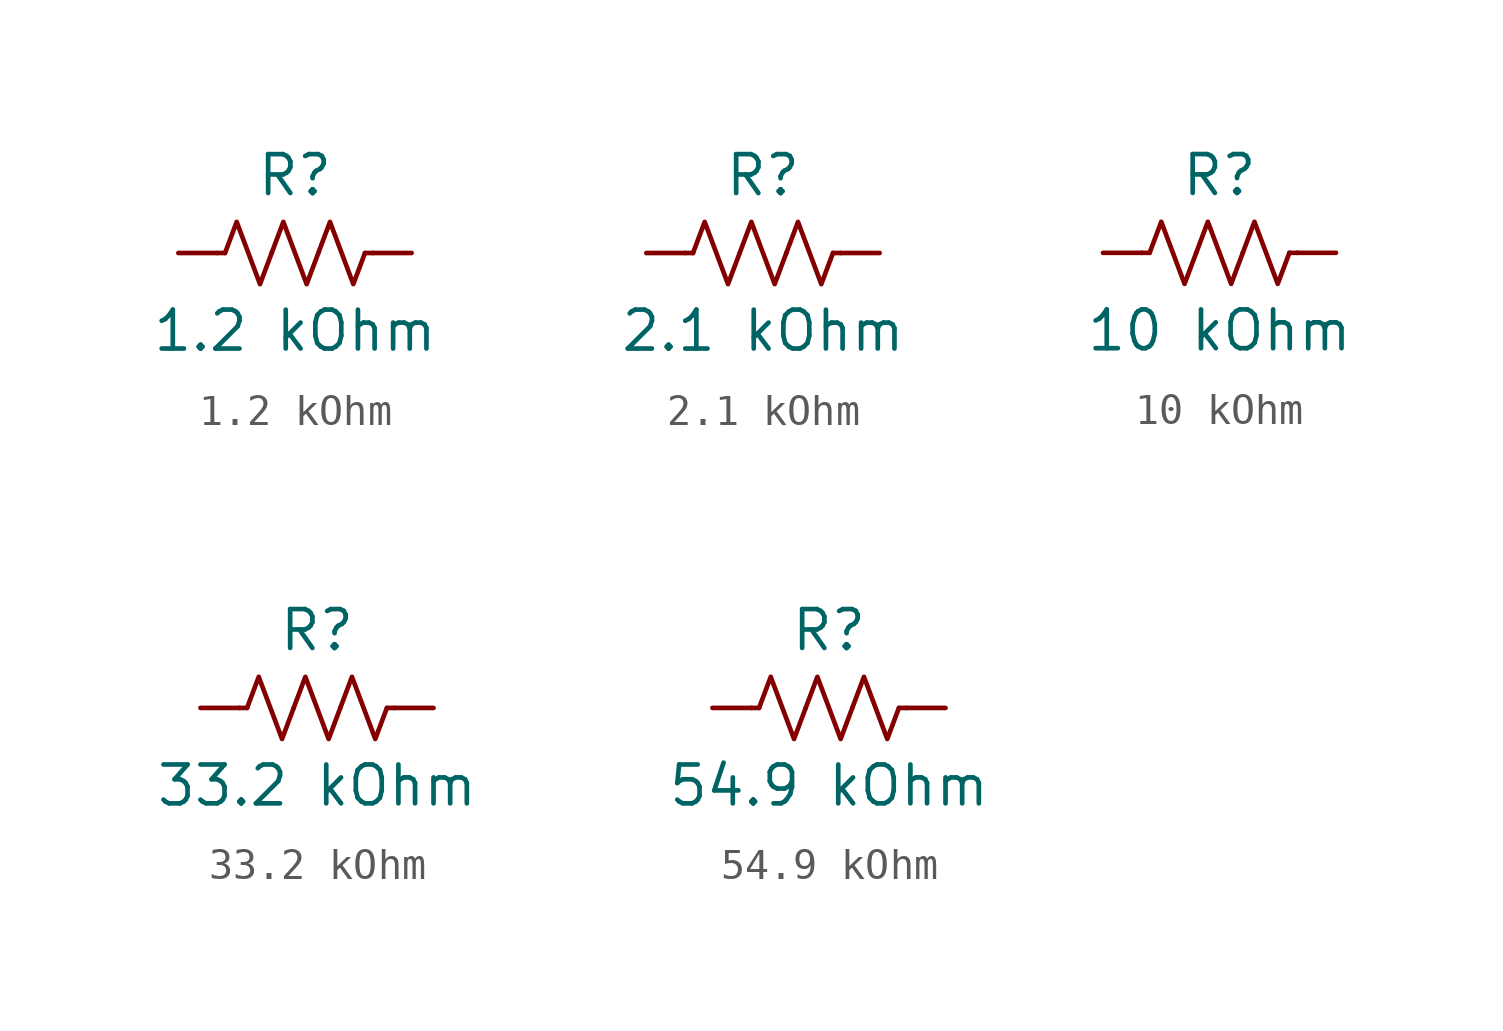
<source format=kicad_sym>
(kicad_symbol_lib
  (version 20241209)
  (generator "kicad_symbol_editor")
  (generator_version "9.0")
  (symbol "1.2 kOhm"
    (pin_numbers
      (hide yes))
    (pin_names
      (offset 0))
    (property "Reference" "R"
      (at 0 2.54 0)
      (effects (font (size 1.27 1.27))))
    (property "Value" "1.2 kOhm"
      (at 0 -2.54 0)
      (effects (font (size 1.27 1.27))))
    (symbol "1.2 kOhm_0_1"
      (polyline (pts (xy -2.286 0) (xy -2.54 0)) (stroke (width 0) (type default)) (fill (type none)))
      (polyline (pts (xy -2.286 0) (xy -1.905 1.016) (xy -1.524 0) (xy -1.143 -1.016) (xy -0.762 0)) (stroke (width 0) (type default)) (fill (type none)))
      (polyline (pts (xy -0.762 0) (xy -0.381 1.016) (xy 0 0) (xy 0.381 -1.016) (xy 0.762 0)) (stroke (width 0) (type default)) (fill (type none)))
      (polyline (pts (xy 0.762 0) (xy 1.143 1.016) (xy 1.524 0) (xy 1.905 -1.016) (xy 2.286 0)) (stroke (width 0) (type default)) (fill (type none)))
      (polyline (pts (xy 2.286 0) (xy 2.54 0)) (stroke (width 0) (type default)) (fill (type none))))
    (symbol "1.2 kOhm_1_1"
      (pin passive line (at -3.81 0 0) (length 1.27) (name "~" (effects (font (size 1.27 1.27)))) (number "1" (effects (font (size 1.27 1.27)))))
      (pin passive line (at 3.81 0 180) (length 1.27) (name "~" (effects (font (size 1.27 1.27)))) (number "2" (effects (font (size 1.27 1.27)))))))
  (symbol "2.1 kOhm"
    (pin_numbers
      (hide yes))
    (pin_names
      (offset 0))
    (property "Reference" "R"
      (at 0 2.54 0)
      (effects (font (size 1.27 1.27))))
    (property "Value" "2.1 kOhm"
      (at 0 -2.54 0)
      (effects (font (size 1.27 1.27))))
    (symbol "2.1 kOhm_0_1"
      (polyline (pts (xy -2.286 0) (xy -2.54 0)) (stroke (width 0) (type default)) (fill (type none)))
      (polyline (pts (xy -2.286 0) (xy -1.905 1.016) (xy -1.524 0) (xy -1.143 -1.016) (xy -0.762 0)) (stroke (width 0) (type default)) (fill (type none)))
      (polyline (pts (xy -0.762 0) (xy -0.381 1.016) (xy 0 0) (xy 0.381 -1.016) (xy 0.762 0)) (stroke (width 0) (type default)) (fill (type none)))
      (polyline (pts (xy 0.762 0) (xy 1.143 1.016) (xy 1.524 0) (xy 1.905 -1.016) (xy 2.286 0)) (stroke (width 0) (type default)) (fill (type none)))
      (polyline (pts (xy 2.286 0) (xy 2.54 0)) (stroke (width 0) (type default)) (fill (type none))))
    (symbol "2.1 kOhm_1_1"
      (pin passive line (at -3.81 0 0) (length 1.27) (name "~" (effects (font (size 1.27 1.27)))) (number "1" (effects (font (size 1.27 1.27)))))
      (pin passive line (at 3.81 0 180) (length 1.27) (name "~" (effects (font (size 1.27 1.27)))) (number "2" (effects (font (size 1.27 1.27)))))))
  (symbol "10 kOhm"
    (pin_numbers
      (hide yes))
    (pin_names
      (offset 0))
    (property "Reference" "R"
      (at 0 2.54 0)
      (effects (font (size 1.27 1.27))))
    (property "Value" "10 kOhm"
      (at 0 -2.54 0)
      (effects (font (size 1.27 1.27))))
    (symbol "10 kOhm_0_1"
      (polyline (pts (xy -2.286 0) (xy -2.54 0)) (stroke (width 0) (type default)) (fill (type none)))
      (polyline (pts (xy -2.286 0) (xy -1.905 1.016) (xy -1.524 0) (xy -1.143 -1.016) (xy -0.762 0)) (stroke (width 0) (type default)) (fill (type none)))
      (polyline (pts (xy -0.762 0) (xy -0.381 1.016) (xy 0 0) (xy 0.381 -1.016) (xy 0.762 0)) (stroke (width 0) (type default)) (fill (type none)))
      (polyline (pts (xy 0.762 0) (xy 1.143 1.016) (xy 1.524 0) (xy 1.905 -1.016) (xy 2.286 0)) (stroke (width 0) (type default)) (fill (type none)))
      (polyline (pts (xy 2.286 0) (xy 2.54 0)) (stroke (width 0) (type default)) (fill (type none))))
    (symbol "10 kOhm_1_1"
      (pin passive line (at -3.81 0 0) (length 1.27) (name "~" (effects (font (size 1.27 1.27)))) (number "1" (effects (font (size 1.27 1.27)))))
      (pin passive line (at 3.81 0 180) (length 1.27) (name "~" (effects (font (size 1.27 1.27)))) (number "2" (effects (font (size 1.27 1.27)))))))
  (symbol "33.2 kOhm"
    (pin_numbers
      (hide yes))
    (pin_names
      (offset 0))
    (property "Reference" "R"
      (at 0 2.54 0)
      (effects (font (size 1.27 1.27))))
    (property "Value" "33.2 kOhm"
      (at 0 -2.54 0)
      (effects (font (size 1.27 1.27))))
    (symbol "33.2 kOhm_0_1"
      (polyline (pts (xy -2.286 0) (xy -2.54 0)) (stroke (width 0) (type default)) (fill (type none)))
      (polyline (pts (xy -2.286 0) (xy -1.905 1.016) (xy -1.524 0) (xy -1.143 -1.016) (xy -0.762 0)) (stroke (width 0) (type default)) (fill (type none)))
      (polyline (pts (xy -0.762 0) (xy -0.381 1.016) (xy 0 0) (xy 0.381 -1.016) (xy 0.762 0)) (stroke (width 0) (type default)) (fill (type none)))
      (polyline (pts (xy 0.762 0) (xy 1.143 1.016) (xy 1.524 0) (xy 1.905 -1.016) (xy 2.286 0)) (stroke (width 0) (type default)) (fill (type none)))
      (polyline (pts (xy 2.286 0) (xy 2.54 0)) (stroke (width 0) (type default)) (fill (type none))))
    (symbol "33.2 kOhm_1_1"
      (pin passive line (at -3.81 0 0) (length 1.27) (name "~" (effects (font (size 1.27 1.27)))) (number "1" (effects (font (size 1.27 1.27)))))
      (pin passive line (at 3.81 0 180) (length 1.27) (name "~" (effects (font (size 1.27 1.27)))) (number "2" (effects (font (size 1.27 1.27)))))))
  (symbol "54.9 kOhm"
    (pin_numbers
      (hide yes))
    (pin_names
      (offset 0))
    (property "Reference" "R"
      (at 0 2.54 0)
      (effects (font (size 1.27 1.27))))
    (property "Value" "54.9 kOhm"
      (at 0 -2.54 0)
      (effects (font (size 1.27 1.27))))
    (symbol "54.9 kOhm_0_1"
      (polyline (pts (xy -2.286 0) (xy -2.54 0)) (stroke (width 0) (type default)) (fill (type none)))
      (polyline (pts (xy -2.286 0) (xy -1.905 1.016) (xy -1.524 0) (xy -1.143 -1.016) (xy -0.762 0)) (stroke (width 0) (type default)) (fill (type none)))
      (polyline (pts (xy -0.762 0) (xy -0.381 1.016) (xy 0 0) (xy 0.381 -1.016) (xy 0.762 0)) (stroke (width 0) (type default)) (fill (type none)))
      (polyline (pts (xy 0.762 0) (xy 1.143 1.016) (xy 1.524 0) (xy 1.905 -1.016) (xy 2.286 0)) (stroke (width 0) (type default)) (fill (type none)))
      (polyline (pts (xy 2.286 0) (xy 2.54 0)) (stroke (width 0) (type default)) (fill (type none))))
    (symbol "54.9 kOhm_1_1"
      (pin passive line (at -3.81 0 0) (length 1.27) (name "~" (effects (font (size 1.27 1.27)))) (number "1" (effects (font (size 1.27 1.27)))))
      (pin passive line (at 3.81 0 180) (length 1.27) (name "~" (effects (font (size 1.27 1.27)))) (number "2" (effects (font (size 1.27 1.27))))))))
</source>
